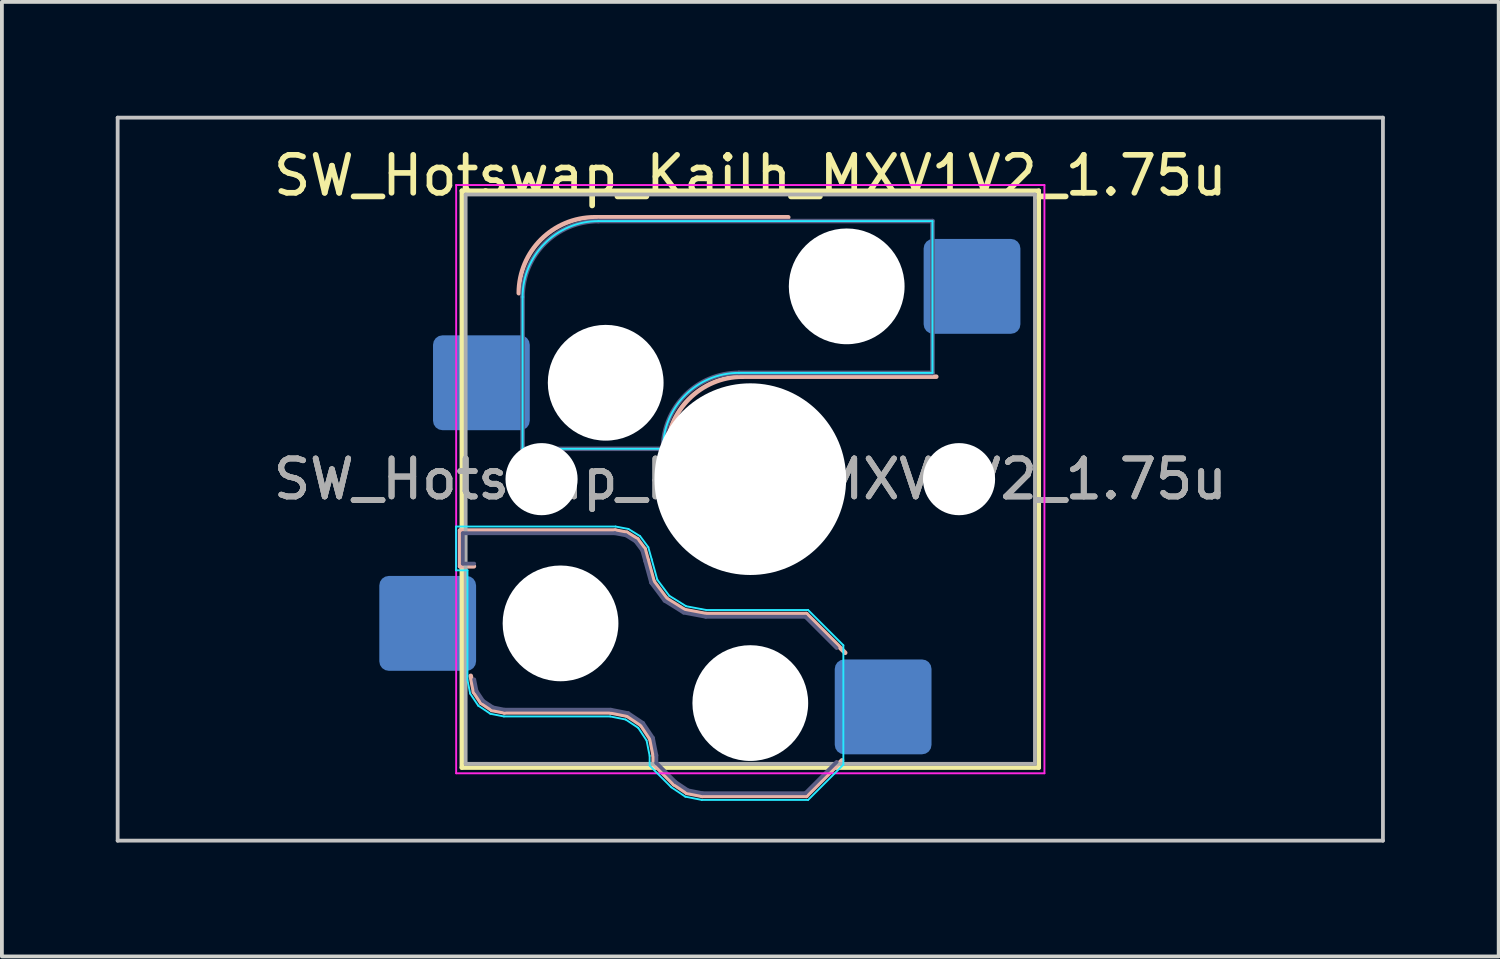
<source format=kicad_pcb>
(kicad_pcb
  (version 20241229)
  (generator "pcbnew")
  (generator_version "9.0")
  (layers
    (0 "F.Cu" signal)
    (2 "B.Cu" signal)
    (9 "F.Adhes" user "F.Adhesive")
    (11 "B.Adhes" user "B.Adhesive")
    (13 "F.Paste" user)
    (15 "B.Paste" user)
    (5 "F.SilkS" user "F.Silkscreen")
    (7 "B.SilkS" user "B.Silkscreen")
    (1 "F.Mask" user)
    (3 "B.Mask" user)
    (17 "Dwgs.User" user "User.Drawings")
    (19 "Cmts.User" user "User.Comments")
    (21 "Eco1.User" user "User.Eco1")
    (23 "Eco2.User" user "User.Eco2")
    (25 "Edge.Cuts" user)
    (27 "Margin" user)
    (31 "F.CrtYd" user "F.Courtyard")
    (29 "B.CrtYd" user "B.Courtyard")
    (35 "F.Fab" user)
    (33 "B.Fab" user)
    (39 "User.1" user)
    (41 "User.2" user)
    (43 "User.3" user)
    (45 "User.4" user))
  (footprint "SW_Hotswap_Kailh_MXV1V2_1.75u"
    (layer "F.Cu")
    (at 16.719 9.575)
    (property "Reference" "SW_Hotswap_Kailh_MXV1V2_1.75u" (at 0 -8 0) (layer "F.SilkS") (effects (font (size 1 1) (thickness 0.15))))
    (attr smd)
    (fp_line (start -7.6 -7.6) (end -7.6 7.6) (stroke (width 0.12) (type solid)) (layer "F.SilkS"))
    (fp_line (start -7.6 7.6) (end 7.6 7.6) (stroke (width 0.12) (type solid)) (layer "F.SilkS"))
    (fp_line (start 7.6 -7.6) (end -7.6 -7.6) (stroke (width 0.12) (type solid)) (layer "F.SilkS"))
    (fp_line (start 7.6 7.6) (end 7.6 -7.6) (stroke (width 0.12) (type solid)) (layer "F.SilkS"))
    (fp_line (start -7.646 1.354) (end -3.56 1.354) (stroke (width 0.12) (type solid)) (layer "B.SilkS"))
    (fp_line (start -7.646 2.296) (end -7.646 1.354) (stroke (width 0.12) (type solid)) (layer "B.SilkS"))
    (fp_line (start -7.283 2.296) (end -7.646 2.296) (stroke (width 0.12) (type solid)) (layer "B.SilkS"))
    (fp_line (start -7.281 5.609) (end -7.366 5.182) (stroke (width 0.12) (type solid)) (layer "B.SilkS"))
    (fp_line (start -7.092 5.892) (end -7.281 5.609) (stroke (width 0.12) (type solid)) (layer "B.SilkS"))
    (fp_line (start -6.809 6.081) (end -7.092 5.892) (stroke (width 0.12) (type solid)) (layer "B.SilkS"))
    (fp_line (start -6.482 6.146) (end -6.809 6.081) (stroke (width 0.12) (type solid)) (layer "B.SilkS"))
    (fp_line (start -4.1 -6.9) (end 1 -6.9) (stroke (width 0.12) (type solid)) (layer "B.SilkS"))
    (fp_line (start -3.682 6.146) (end -6.482 6.146) (stroke (width 0.12) (type solid)) (layer "B.SilkS"))
    (fp_line (start -3.56 1.354) (end -3.25 1.413) (stroke (width 0.12) (type solid)) (layer "B.SilkS"))
    (fp_line (start -3.25 1.413) (end -2.976 1.583) (stroke (width 0.12) (type solid)) (layer "B.SilkS"))
    (fp_line (start -3.244 6.233) (end -3.682 6.146) (stroke (width 0.12) (type solid)) (layer "B.SilkS"))
    (fp_line (start -2.976 1.583) (end -2.783 1.841) (stroke (width 0.12) (type solid)) (layer "B.SilkS"))
    (fp_line (start -2.877 6.477) (end -3.244 6.233) (stroke (width 0.12) (type solid)) (layer "B.SilkS"))
    (fp_line (start -2.783 1.841) (end -2.701 2.139) (stroke (width 0.12) (type solid)) (layer "B.SilkS"))
    (fp_line (start -2.701 2.139) (end -2.547 2.697) (stroke (width 0.12) (type solid)) (layer "B.SilkS"))
    (fp_line (start -2.633 6.844) (end -2.877 6.477) (stroke (width 0.12) (type solid)) (layer "B.SilkS"))
    (fp_line (start -2.547 2.697) (end -2.209 3.15) (stroke (width 0.12) (type solid)) (layer "B.SilkS"))
    (fp_line (start -2.546 7.282) (end -2.633 6.844) (stroke (width 0.12) (type solid)) (layer "B.SilkS"))
    (fp_line (start -2.546 7.504) (end -2.546 7.282) (stroke (width 0.12) (type solid)) (layer "B.SilkS"))
    (fp_line (start -2.209 3.15) (end -1.73 3.449) (stroke (width 0.12) (type solid)) (layer "B.SilkS"))
    (fp_line (start -2.013 8.037) (end -2.546 7.504) (stroke (width 0.12) (type solid)) (layer "B.SilkS"))
    (fp_line (start -1.73 3.449) (end -1.168 3.554) (stroke (width 0.12) (type solid)) (layer "B.SilkS"))
    (fp_line (start -1.671 8.266) (end -2.013 8.037) (stroke (width 0.12) (type solid)) (layer "B.SilkS"))
    (fp_line (start -1.268 8.346) (end -1.671 8.266) (stroke (width 0.12) (type solid)) (layer "B.SilkS"))
    (fp_line (start -1.168 3.554) (end 1.479 3.554) (stroke (width 0.12) (type solid)) (layer "B.SilkS"))
    (fp_line (start -0.2 -2.7) (end 4.9 -2.7) (stroke (width 0.12) (type solid)) (layer "B.SilkS"))
    (fp_line (start 1.479 3.554) (end 2.5 4.575) (stroke (width 0.12) (type solid)) (layer "B.SilkS"))
    (fp_line (start 1.479 8.346) (end -1.268 8.346) (stroke (width 0.12) (type solid)) (layer "B.SilkS"))
    (fp_line (start 2.416 7.409) (end 1.479 8.346) (stroke (width 0.12) (type solid)) (layer "B.SilkS"))
    (fp_arc (start -6.1 -4.9) (mid -5.514214 -6.314214) (end -4.1 -6.9) (stroke (width 0.12) (type solid)) (layer "B.SilkS"))
    (fp_arc (start -2.2 -0.7) (mid -1.614214 -2.114214) (end -0.2 -2.7) (stroke (width 0.12) (type solid)) (layer "B.SilkS"))
    (fp_line (start -16.669 -9.525) (end -16.669 9.525) (stroke (width 0.1) (type solid)) (layer "Dwgs.User"))
    (fp_line (start -16.669 9.525) (end 16.669 9.525) (stroke (width 0.1) (type solid)) (layer "Dwgs.User"))
    (fp_line (start 16.669 -9.525) (end -16.669 -9.525) (stroke (width 0.1) (type solid)) (layer "Dwgs.User"))
    (fp_line (start 16.669 9.525) (end 16.669 -9.525) (stroke (width 0.1) (type solid)) (layer "Dwgs.User"))
    (fp_line (start -7.752 1.248) (end -3.55 1.248) (stroke (width 0.05) (type solid)) (layer "B.CrtYd"))
    (fp_line (start -7.752 2.402) (end -7.752 1.248) (stroke (width 0.05) (type solid)) (layer "B.CrtYd"))
    (fp_line (start -7.452 2.402) (end -7.752 2.402) (stroke (width 0.05) (type solid)) (layer "B.CrtYd"))
    (fp_line (start -7.452 5.292) (end -7.452 2.402) (stroke (width 0.05) (type solid)) (layer "B.CrtYd"))
    (fp_line (start -7.381 5.65) (end -7.452 5.292) (stroke (width 0.05) (type solid)) (layer "B.CrtYd"))
    (fp_line (start -7.168 5.968) (end -7.381 5.65) (stroke (width 0.05) (type solid)) (layer "B.CrtYd"))
    (fp_line (start -6.85 6.181) (end -7.168 5.968) (stroke (width 0.05) (type solid)) (layer "B.CrtYd"))
    (fp_line (start -6.492 6.252) (end -6.85 6.181) (stroke (width 0.05) (type solid)) (layer "B.CrtYd"))
    (fp_line (start -6 -0.8) (end -6 -4.8) (stroke (width 0.05) (type solid)) (layer "B.CrtYd"))
    (fp_line (start -6 -0.8) (end -2.3 -0.8) (stroke (width 0.05) (type solid)) (layer "B.CrtYd"))
    (fp_line (start -4 -6.8) (end 4.8 -6.8) (stroke (width 0.05) (type solid)) (layer "B.CrtYd"))
    (fp_line (start -3.692 6.252) (end -6.492 6.252) (stroke (width 0.05) (type solid)) (layer "B.CrtYd"))
    (fp_line (start -3.55 1.248) (end -3.211 1.312) (stroke (width 0.05) (type solid)) (layer "B.CrtYd"))
    (fp_line (start -3.285 6.333) (end -3.692 6.252) (stroke (width 0.05) (type solid)) (layer "B.CrtYd"))
    (fp_line (start -3.211 1.312) (end -2.903 1.503) (stroke (width 0.05) (type solid)) (layer "B.CrtYd"))
    (fp_line (start -2.953 6.553) (end -3.285 6.333) (stroke (width 0.05) (type solid)) (layer "B.CrtYd"))
    (fp_line (start -2.903 1.503) (end -2.687 1.794) (stroke (width 0.05) (type solid)) (layer "B.CrtYd"))
    (fp_line (start -2.733 6.885) (end -2.953 6.553) (stroke (width 0.05) (type solid)) (layer "B.CrtYd"))
    (fp_line (start -2.687 1.794) (end -2.599 2.111) (stroke (width 0.05) (type solid)) (layer "B.CrtYd"))
    (fp_line (start -2.652 7.292) (end -2.733 6.885) (stroke (width 0.05) (type solid)) (layer "B.CrtYd"))
    (fp_line (start -2.652 7.548) (end -2.652 7.292) (stroke (width 0.05) (type solid)) (layer "B.CrtYd"))
    (fp_line (start -2.599 2.111) (end -2.45 2.65) (stroke (width 0.05) (type solid)) (layer "B.CrtYd"))
    (fp_line (start -2.45 2.65) (end -2.136 3.071) (stroke (width 0.05) (type solid)) (layer "B.CrtYd"))
    (fp_line (start -2.136 3.071) (end -1.691 3.348) (stroke (width 0.05) (type solid)) (layer "B.CrtYd"))
    (fp_line (start -2.081 8.119) (end -2.652 7.548) (stroke (width 0.05) (type solid)) (layer "B.CrtYd"))
    (fp_line (start -1.712 8.366) (end -2.081 8.119) (stroke (width 0.05) (type solid)) (layer "B.CrtYd"))
    (fp_line (start -1.691 3.348) (end -1.159 3.448) (stroke (width 0.05) (type solid)) (layer "B.CrtYd"))
    (fp_line (start -1.278 8.452) (end -1.712 8.366) (stroke (width 0.05) (type solid)) (layer "B.CrtYd"))
    (fp_line (start -1.159 3.448) (end 1.523 3.448) (stroke (width 0.05) (type solid)) (layer "B.CrtYd"))
    (fp_line (start -0.3 -2.8) (end 4.8 -2.8) (stroke (width 0.05) (type solid)) (layer "B.CrtYd"))
    (fp_line (start 1.523 3.448) (end 2.452 4.377) (stroke (width 0.05) (type solid)) (layer "B.CrtYd"))
    (fp_line (start 1.523 8.452) (end -1.278 8.452) (stroke (width 0.05) (type solid)) (layer "B.CrtYd"))
    (fp_line (start 2.452 4.377) (end 2.452 7.523) (stroke (width 0.05) (type solid)) (layer "B.CrtYd"))
    (fp_line (start 2.452 7.523) (end 1.523 8.452) (stroke (width 0.05) (type solid)) (layer "B.CrtYd"))
    (fp_line (start 4.8 -6.8) (end 4.8 -2.8) (stroke (width 0.05) (type solid)) (layer "B.CrtYd"))
    (fp_arc (start -6 -4.8) (mid -5.414214 -6.214214) (end -4 -6.8) (stroke (width 0.05) (type solid)) (layer "B.CrtYd"))
    (fp_arc (start -2.3 -0.8) (mid -1.714214 -2.214214) (end -0.3 -2.8) (stroke (width 0.05) (type solid)) (layer "B.CrtYd"))
    (fp_line (start -7.75 -7.75) (end -7.75 7.75) (stroke (width 0.05) (type solid)) (layer "F.CrtYd"))
    (fp_line (start -7.75 7.75) (end 7.75 7.75) (stroke (width 0.05) (type solid)) (layer "F.CrtYd"))
    (fp_line (start 7.75 -7.75) (end -7.75 -7.75) (stroke (width 0.05) (type solid)) (layer "F.CrtYd"))
    (fp_line (start 7.75 7.75) (end 7.75 -7.75) (stroke (width 0.05) (type solid)) (layer "F.CrtYd"))
    (fp_line (start -7.575 1.425) (end -3.567 1.425) (stroke (width 0.1) (type solid)) (layer "B.Fab"))
    (fp_line (start -7.575 2.225) (end -7.575 1.425) (stroke (width 0.1) (type solid)) (layer "B.Fab"))
    (fp_line (start -7.275 2.225) (end -7.575 2.225) (stroke (width 0.1) (type solid)) (layer "B.Fab"))
    (fp_line (start -7.214 5.581) (end -7.275 5.275) (stroke (width 0.1) (type solid)) (layer "B.Fab"))
    (fp_line (start -7.041 5.841) (end -7.214 5.581) (stroke (width 0.1) (type solid)) (layer "B.Fab"))
    (fp_line (start -6.781 6.014) (end -7.041 5.841) (stroke (width 0.1) (type solid)) (layer "B.Fab"))
    (fp_line (start -6.475 6.075) (end -6.781 6.014) (stroke (width 0.1) (type solid)) (layer "B.Fab"))
    (fp_line (start -6 -0.8) (end -6 -4.8) (stroke (width 0.12) (type solid)) (layer "B.Fab"))
    (fp_line (start -6 -0.8) (end -2.3 -0.8) (stroke (width 0.12) (type solid)) (layer "B.Fab"))
    (fp_line (start -4 -6.8) (end 4.8 -6.8) (stroke (width 0.12) (type solid)) (layer "B.Fab"))
    (fp_line (start -3.675 6.075) (end -6.475 6.075) (stroke (width 0.1) (type solid)) (layer "B.Fab"))
    (fp_line (start -3.567 1.425) (end -3.276 1.48) (stroke (width 0.1) (type solid)) (layer "B.Fab"))
    (fp_line (start -3.276 1.48) (end -3.025 1.636) (stroke (width 0.1) (type solid)) (layer "B.Fab"))
    (fp_line (start -3.216 6.166) (end -3.675 6.075) (stroke (width 0.1) (type solid)) (layer "B.Fab"))
    (fp_line (start -3.025 1.636) (end -2.848 1.873) (stroke (width 0.1) (type solid)) (layer "B.Fab"))
    (fp_line (start -2.848 1.873) (end -2.769 2.158) (stroke (width 0.1) (type solid)) (layer "B.Fab"))
    (fp_line (start -2.826 6.426) (end -3.216 6.166) (stroke (width 0.1) (type solid)) (layer "B.Fab"))
    (fp_line (start -2.769 2.158) (end -2.612 2.729) (stroke (width 0.1) (type solid)) (layer "B.Fab"))
    (fp_line (start -2.612 2.729) (end -2.258 3.203) (stroke (width 0.1) (type solid)) (layer "B.Fab"))
    (fp_line (start -2.566 6.816) (end -2.826 6.426) (stroke (width 0.1) (type solid)) (layer "B.Fab"))
    (fp_line (start -2.475 7.275) (end -2.566 6.816) (stroke (width 0.1) (type solid)) (layer "B.Fab"))
    (fp_line (start -2.475 7.475) (end -2.475 7.275) (stroke (width 0.1) (type solid)) (layer "B.Fab"))
    (fp_line (start -2.258 3.203) (end -1.756 3.516) (stroke (width 0.1) (type solid)) (layer "B.Fab"))
    (fp_line (start -1.968 7.982) (end -2.475 7.475) (stroke (width 0.1) (type solid)) (layer "B.Fab"))
    (fp_line (start -1.756 3.516) (end -1.175 3.625) (stroke (width 0.1) (type solid)) (layer "B.Fab"))
    (fp_line (start -1.643 8.199) (end -1.968 7.982) (stroke (width 0.1) (type solid)) (layer "B.Fab"))
    (fp_line (start -1.261 8.275) (end -1.643 8.199) (stroke (width 0.1) (type solid)) (layer "B.Fab"))
    (fp_line (start -1.175 3.625) (end 1.45 3.625) (stroke (width 0.1) (type solid)) (layer "B.Fab"))
    (fp_line (start -0.3 -2.8) (end 4.8 -2.8) (stroke (width 0.12) (type solid)) (layer "B.Fab"))
    (fp_line (start 1.45 3.625) (end 2.275 4.45) (stroke (width 0.1) (type solid)) (layer "B.Fab"))
    (fp_line (start 1.45 8.275) (end -1.261 8.275) (stroke (width 0.1) (type solid)) (layer "B.Fab"))
    (fp_line (start 2.275 7.45) (end 1.45 8.275) (stroke (width 0.1) (type solid)) (layer "B.Fab"))
    (fp_line (start 4.8 -6.8) (end 4.8 -2.8) (stroke (width 0.12) (type solid)) (layer "B.Fab"))
    (fp_arc (start -6 -4.8) (mid -5.414214 -6.214214) (end -4 -6.8) (stroke (width 0.12) (type solid)) (layer "B.Fab"))
    (fp_arc (start -2.3 -0.8) (mid -1.714214 -2.214214) (end -0.3 -2.8) (stroke (width 0.12) (type solid)) (layer "B.Fab"))
    (fp_line (start -7.5 -7.5) (end -7.5 7.5) (stroke (width 0.1) (type solid)) (layer "F.Fab"))
    (fp_line (start -7.5 7.5) (end 7.5 7.5) (stroke (width 0.1) (type solid)) (layer "F.Fab"))
    (fp_line (start 7.5 -7.5) (end -7.5 -7.5) (stroke (width 0.1) (type solid)) (layer "F.Fab"))
    (fp_line (start 7.5 7.5) (end 7.5 -7.5) (stroke (width 0.1) (type solid)) (layer "F.Fab"))
    (fp_text user "${REFERENCE}" (at 0 0 0) (layer "F.Fab") (effects (font (size 1 1) (thickness 0.15))))
    (fp_text user "${REFERENCE}" (at 0 0 180) (layer "F.Fab") (effects (font (size 1 1) (thickness 0.15))))
    (fp_text user "${REFERENCE}" (at 0 0 180) (layer "F.Fab") (effects (font (size 1 1) (thickness 0.15))))
    (pad "" np_thru_hole circle (at -5.5 0 180) (size 1.9 1.9) (drill 1.9) (layers "*.Cu" "*.Mask"))
    (pad "" np_thru_hole circle (at -5 3.8 180) (size 3.05 3.05) (drill 3.05) (layers "*.Cu" "*.Mask"))
    (pad "" np_thru_hole circle (at -3.81 -2.54) (size 3.05 3.05) (drill 3.05) (layers "*.Cu" "*.Mask"))
    (pad "" np_thru_hole circle (at 0 0 180) (size 5.05 5.05) (drill 5.05) (layers "*.Cu" "*.Mask"))
    (pad "" np_thru_hole circle (at 0 5.9 180) (size 3.05 3.05) (drill 3.05) (layers "*.Cu" "*.Mask"))
    (pad "" np_thru_hole circle (at 2.54 -5.08) (size 3.05 3.05) (drill 3.05) (layers "*.Cu" "*.Mask"))
    (pad "" np_thru_hole circle (at 5.5 0 180) (size 1.9 1.9) (drill 1.9) (layers "*.Cu" "*.Mask"))
    (pad "1" smd roundrect (at -7.085 -2.54) (size 2.55 2.5) (layers "B.Cu" "B.Mask" "B.Paste") (roundrect_rratio 0.1))
    (pad "1" smd roundrect (at 3.5 6 180) (size 2.55 2.5) (layers "B.Cu" "B.Mask" "B.Paste") (roundrect_rratio 0.1))
    (pad "2" smd roundrect (at -8.5 3.8 180) (size 2.55 2.5) (layers "B.Cu" "B.Mask" "B.Paste") (roundrect_rratio 0.1))
    (pad "2" smd roundrect (at 5.842 -5.08) (size 2.55 2.5) (layers "B.Cu" "B.Mask" "B.Paste") (roundrect_rratio 0.1)))
  (gr_rect
    (start -3 -3)
    (end 36.438 22.15)
    (stroke (width 0.1) (type default))
    (fill no)
    (layer "Edge.Cuts")))
</source>
